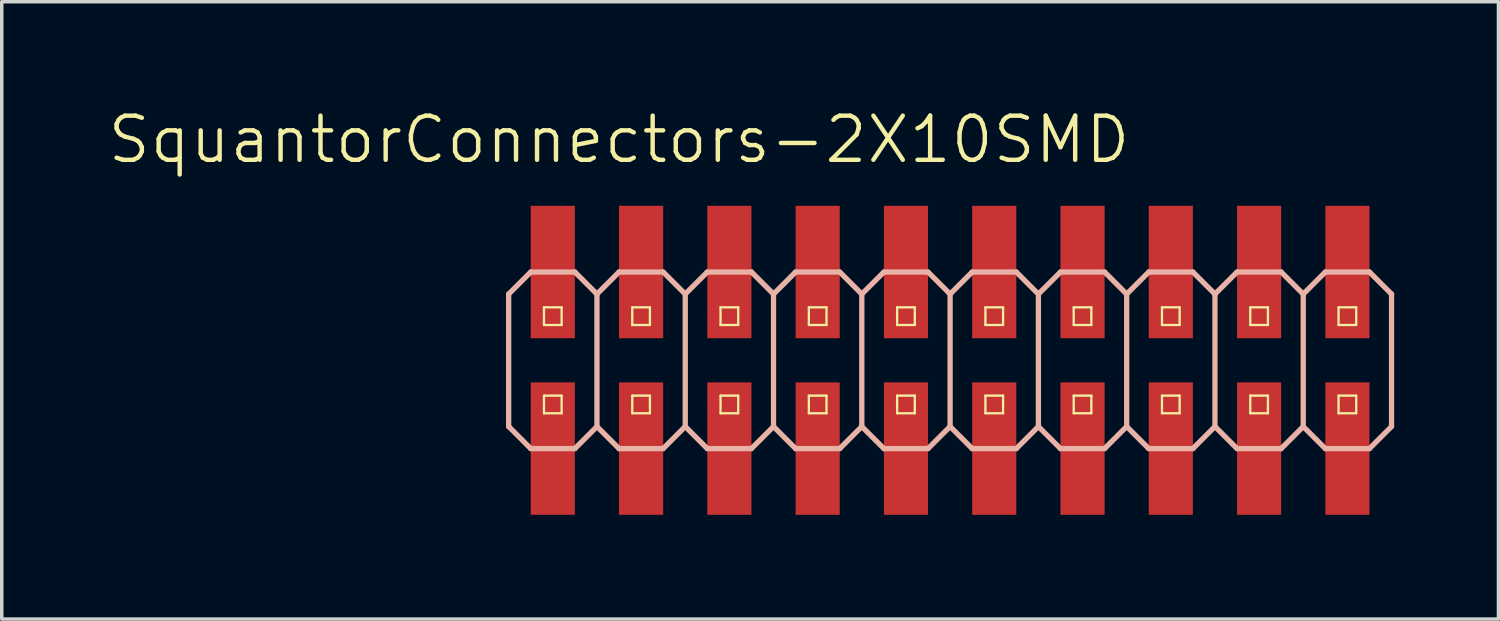
<source format=kicad_pcb>
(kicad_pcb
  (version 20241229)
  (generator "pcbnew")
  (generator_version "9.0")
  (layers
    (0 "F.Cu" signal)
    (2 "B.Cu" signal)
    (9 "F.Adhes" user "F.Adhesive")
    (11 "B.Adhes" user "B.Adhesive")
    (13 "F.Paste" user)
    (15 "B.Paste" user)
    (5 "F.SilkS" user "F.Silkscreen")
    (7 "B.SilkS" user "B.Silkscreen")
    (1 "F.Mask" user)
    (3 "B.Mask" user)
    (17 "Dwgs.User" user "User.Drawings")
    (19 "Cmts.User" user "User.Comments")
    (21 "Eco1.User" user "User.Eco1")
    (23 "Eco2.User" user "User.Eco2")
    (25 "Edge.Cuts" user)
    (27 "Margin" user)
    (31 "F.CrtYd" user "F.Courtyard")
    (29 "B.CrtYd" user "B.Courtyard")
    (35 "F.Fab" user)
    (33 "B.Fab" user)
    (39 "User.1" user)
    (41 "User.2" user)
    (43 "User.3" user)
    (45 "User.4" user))
  (footprint "SquantorConnectors-2X10SMD"
    (layer "F.Cu")
    (at 24.284 7.316)
    (property "Reference" "SquantorConnectors-2X10SMD" (at -9.525 -6.35 0) (layer "F.SilkS") (effects (font (size 1.27 1.27) (thickness 0.127))))
    (attr smd)
    (fp_line (start -11.684 -1.524) (end -11.176 -1.524) (stroke (width 0.066) (type solid)) (layer "F.SilkS"))
    (fp_line (start -11.684 -1.016) (end -11.684 -1.524) (stroke (width 0.066) (type solid)) (layer "F.SilkS"))
    (fp_line (start -11.684 -1.016) (end -11.176 -1.016) (stroke (width 0.066) (type solid)) (layer "F.SilkS"))
    (fp_line (start -11.684 1.016) (end -11.176 1.016) (stroke (width 0.066) (type solid)) (layer "F.SilkS"))
    (fp_line (start -11.684 1.524) (end -11.684 1.016) (stroke (width 0.066) (type solid)) (layer "F.SilkS"))
    (fp_line (start -11.684 1.524) (end -11.176 1.524) (stroke (width 0.066) (type solid)) (layer "F.SilkS"))
    (fp_line (start -11.176 -1.016) (end -11.176 -1.524) (stroke (width 0.066) (type solid)) (layer "F.SilkS"))
    (fp_line (start -11.176 1.524) (end -11.176 1.016) (stroke (width 0.066) (type solid)) (layer "F.SilkS"))
    (fp_line (start -9.144 -1.524) (end -8.636 -1.524) (stroke (width 0.066) (type solid)) (layer "F.SilkS"))
    (fp_line (start -9.144 -1.016) (end -9.144 -1.524) (stroke (width 0.066) (type solid)) (layer "F.SilkS"))
    (fp_line (start -9.144 -1.016) (end -8.636 -1.016) (stroke (width 0.066) (type solid)) (layer "F.SilkS"))
    (fp_line (start -9.144 1.016) (end -8.636 1.016) (stroke (width 0.066) (type solid)) (layer "F.SilkS"))
    (fp_line (start -9.144 1.524) (end -9.144 1.016) (stroke (width 0.066) (type solid)) (layer "F.SilkS"))
    (fp_line (start -9.144 1.524) (end -8.636 1.524) (stroke (width 0.066) (type solid)) (layer "F.SilkS"))
    (fp_line (start -8.636 -1.016) (end -8.636 -1.524) (stroke (width 0.066) (type solid)) (layer "F.SilkS"))
    (fp_line (start -8.636 1.524) (end -8.636 1.016) (stroke (width 0.066) (type solid)) (layer "F.SilkS"))
    (fp_line (start -6.604 -1.524) (end -6.096 -1.524) (stroke (width 0.066) (type solid)) (layer "F.SilkS"))
    (fp_line (start -6.604 -1.016) (end -6.604 -1.524) (stroke (width 0.066) (type solid)) (layer "F.SilkS"))
    (fp_line (start -6.604 -1.016) (end -6.096 -1.016) (stroke (width 0.066) (type solid)) (layer "F.SilkS"))
    (fp_line (start -6.604 1.016) (end -6.096 1.016) (stroke (width 0.066) (type solid)) (layer "F.SilkS"))
    (fp_line (start -6.604 1.524) (end -6.604 1.016) (stroke (width 0.066) (type solid)) (layer "F.SilkS"))
    (fp_line (start -6.604 1.524) (end -6.096 1.524) (stroke (width 0.066) (type solid)) (layer "F.SilkS"))
    (fp_line (start -6.096 -1.016) (end -6.096 -1.524) (stroke (width 0.066) (type solid)) (layer "F.SilkS"))
    (fp_line (start -6.096 1.524) (end -6.096 1.016) (stroke (width 0.066) (type solid)) (layer "F.SilkS"))
    (fp_line (start -4.064 -1.524) (end -3.556 -1.524) (stroke (width 0.066) (type solid)) (layer "F.SilkS"))
    (fp_line (start -4.064 -1.016) (end -4.064 -1.524) (stroke (width 0.066) (type solid)) (layer "F.SilkS"))
    (fp_line (start -4.064 -1.016) (end -3.556 -1.016) (stroke (width 0.066) (type solid)) (layer "F.SilkS"))
    (fp_line (start -4.064 1.016) (end -3.556 1.016) (stroke (width 0.066) (type solid)) (layer "F.SilkS"))
    (fp_line (start -4.064 1.524) (end -4.064 1.016) (stroke (width 0.066) (type solid)) (layer "F.SilkS"))
    (fp_line (start -4.064 1.524) (end -3.556 1.524) (stroke (width 0.066) (type solid)) (layer "F.SilkS"))
    (fp_line (start -3.556 -1.016) (end -3.556 -1.524) (stroke (width 0.066) (type solid)) (layer "F.SilkS"))
    (fp_line (start -3.556 1.524) (end -3.556 1.016) (stroke (width 0.066) (type solid)) (layer "F.SilkS"))
    (fp_line (start -1.524 -1.524) (end -1.016 -1.524) (stroke (width 0.066) (type solid)) (layer "F.SilkS"))
    (fp_line (start -1.524 -1.016) (end -1.524 -1.524) (stroke (width 0.066) (type solid)) (layer "F.SilkS"))
    (fp_line (start -1.524 -1.016) (end -1.016 -1.016) (stroke (width 0.066) (type solid)) (layer "F.SilkS"))
    (fp_line (start -1.524 1.016) (end -1.016 1.016) (stroke (width 0.066) (type solid)) (layer "F.SilkS"))
    (fp_line (start -1.524 1.524) (end -1.524 1.016) (stroke (width 0.066) (type solid)) (layer "F.SilkS"))
    (fp_line (start -1.524 1.524) (end -1.016 1.524) (stroke (width 0.066) (type solid)) (layer "F.SilkS"))
    (fp_line (start -1.016 -1.016) (end -1.016 -1.524) (stroke (width 0.066) (type solid)) (layer "F.SilkS"))
    (fp_line (start -1.016 1.524) (end -1.016 1.016) (stroke (width 0.066) (type solid)) (layer "F.SilkS"))
    (fp_line (start 1.016 -1.524) (end 1.524 -1.524) (stroke (width 0.066) (type solid)) (layer "F.SilkS"))
    (fp_line (start 1.016 -1.016) (end 1.016 -1.524) (stroke (width 0.066) (type solid)) (layer "F.SilkS"))
    (fp_line (start 1.016 -1.016) (end 1.524 -1.016) (stroke (width 0.066) (type solid)) (layer "F.SilkS"))
    (fp_line (start 1.016 1.016) (end 1.524 1.016) (stroke (width 0.066) (type solid)) (layer "F.SilkS"))
    (fp_line (start 1.016 1.524) (end 1.016 1.016) (stroke (width 0.066) (type solid)) (layer "F.SilkS"))
    (fp_line (start 1.016 1.524) (end 1.524 1.524) (stroke (width 0.066) (type solid)) (layer "F.SilkS"))
    (fp_line (start 1.524 -1.016) (end 1.524 -1.524) (stroke (width 0.066) (type solid)) (layer "F.SilkS"))
    (fp_line (start 1.524 1.524) (end 1.524 1.016) (stroke (width 0.066) (type solid)) (layer "F.SilkS"))
    (fp_line (start 3.556 -1.524) (end 4.064 -1.524) (stroke (width 0.066) (type solid)) (layer "F.SilkS"))
    (fp_line (start 3.556 -1.016) (end 3.556 -1.524) (stroke (width 0.066) (type solid)) (layer "F.SilkS"))
    (fp_line (start 3.556 -1.016) (end 4.064 -1.016) (stroke (width 0.066) (type solid)) (layer "F.SilkS"))
    (fp_line (start 3.556 1.016) (end 4.064 1.016) (stroke (width 0.066) (type solid)) (layer "F.SilkS"))
    (fp_line (start 3.556 1.524) (end 3.556 1.016) (stroke (width 0.066) (type solid)) (layer "F.SilkS"))
    (fp_line (start 3.556 1.524) (end 4.064 1.524) (stroke (width 0.066) (type solid)) (layer "F.SilkS"))
    (fp_line (start 4.064 -1.016) (end 4.064 -1.524) (stroke (width 0.066) (type solid)) (layer "F.SilkS"))
    (fp_line (start 4.064 1.524) (end 4.064 1.016) (stroke (width 0.066) (type solid)) (layer "F.SilkS"))
    (fp_line (start 6.096 -1.524) (end 6.604 -1.524) (stroke (width 0.066) (type solid)) (layer "F.SilkS"))
    (fp_line (start 6.096 -1.016) (end 6.096 -1.524) (stroke (width 0.066) (type solid)) (layer "F.SilkS"))
    (fp_line (start 6.096 -1.016) (end 6.604 -1.016) (stroke (width 0.066) (type solid)) (layer "F.SilkS"))
    (fp_line (start 6.096 1.016) (end 6.604 1.016) (stroke (width 0.066) (type solid)) (layer "F.SilkS"))
    (fp_line (start 6.096 1.524) (end 6.096 1.016) (stroke (width 0.066) (type solid)) (layer "F.SilkS"))
    (fp_line (start 6.096 1.524) (end 6.604 1.524) (stroke (width 0.066) (type solid)) (layer "F.SilkS"))
    (fp_line (start 6.604 -1.016) (end 6.604 -1.524) (stroke (width 0.066) (type solid)) (layer "F.SilkS"))
    (fp_line (start 6.604 1.524) (end 6.604 1.016) (stroke (width 0.066) (type solid)) (layer "F.SilkS"))
    (fp_line (start 8.636 -1.524) (end 9.144 -1.524) (stroke (width 0.066) (type solid)) (layer "F.SilkS"))
    (fp_line (start 8.636 -1.016) (end 8.636 -1.524) (stroke (width 0.066) (type solid)) (layer "F.SilkS"))
    (fp_line (start 8.636 -1.016) (end 9.144 -1.016) (stroke (width 0.066) (type solid)) (layer "F.SilkS"))
    (fp_line (start 8.636 1.016) (end 9.144 1.016) (stroke (width 0.066) (type solid)) (layer "F.SilkS"))
    (fp_line (start 8.636 1.524) (end 8.636 1.016) (stroke (width 0.066) (type solid)) (layer "F.SilkS"))
    (fp_line (start 8.636 1.524) (end 9.144 1.524) (stroke (width 0.066) (type solid)) (layer "F.SilkS"))
    (fp_line (start 9.144 -1.016) (end 9.144 -1.524) (stroke (width 0.066) (type solid)) (layer "F.SilkS"))
    (fp_line (start 9.144 1.524) (end 9.144 1.016) (stroke (width 0.066) (type solid)) (layer "F.SilkS"))
    (fp_line (start 11.176 -1.524) (end 11.684 -1.524) (stroke (width 0.066) (type solid)) (layer "F.SilkS"))
    (fp_line (start 11.176 -1.016) (end 11.176 -1.524) (stroke (width 0.066) (type solid)) (layer "F.SilkS"))
    (fp_line (start 11.176 -1.016) (end 11.684 -1.016) (stroke (width 0.066) (type solid)) (layer "F.SilkS"))
    (fp_line (start 11.176 1.016) (end 11.684 1.016) (stroke (width 0.066) (type solid)) (layer "F.SilkS"))
    (fp_line (start 11.176 1.524) (end 11.176 1.016) (stroke (width 0.066) (type solid)) (layer "F.SilkS"))
    (fp_line (start 11.176 1.524) (end 11.684 1.524) (stroke (width 0.066) (type solid)) (layer "F.SilkS"))
    (fp_line (start 11.684 -1.016) (end 11.684 -1.524) (stroke (width 0.066) (type solid)) (layer "F.SilkS"))
    (fp_line (start 11.684 1.524) (end 11.684 1.016) (stroke (width 0.066) (type solid)) (layer "F.SilkS"))
    (fp_line (start -12.7 -1.905) (end -12.065 -2.54) (stroke (width 0.152) (type solid)) (layer "B.SilkS"))
    (fp_line (start -12.7 1.905) (end -12.7 -1.905) (stroke (width 0.152) (type solid)) (layer "B.SilkS"))
    (fp_line (start -12.7 1.905) (end -12.065 2.54) (stroke (width 0.152) (type solid)) (layer "B.SilkS"))
    (fp_line (start -12.065 -2.54) (end -10.795 -2.54) (stroke (width 0.152) (type solid)) (layer "B.SilkS"))
    (fp_line (start -12.065 2.54) (end -10.795 2.54) (stroke (width 0.152) (type solid)) (layer "B.SilkS"))
    (fp_line (start -10.795 -2.54) (end -10.16 -1.905) (stroke (width 0.152) (type solid)) (layer "B.SilkS"))
    (fp_line (start -10.795 2.54) (end -10.16 1.905) (stroke (width 0.152) (type solid)) (layer "B.SilkS"))
    (fp_line (start -10.16 -1.905) (end -10.16 1.905) (stroke (width 0.152) (type solid)) (layer "B.SilkS"))
    (fp_line (start -10.16 -1.905) (end -9.525 -2.54) (stroke (width 0.152) (type solid)) (layer "B.SilkS"))
    (fp_line (start -10.16 1.905) (end -9.525 2.54) (stroke (width 0.152) (type solid)) (layer "B.SilkS"))
    (fp_line (start -9.525 -2.54) (end -8.255 -2.54) (stroke (width 0.152) (type solid)) (layer "B.SilkS"))
    (fp_line (start -9.525 2.54) (end -8.255 2.54) (stroke (width 0.152) (type solid)) (layer "B.SilkS"))
    (fp_line (start -8.255 -2.54) (end -7.62 -1.905) (stroke (width 0.152) (type solid)) (layer "B.SilkS"))
    (fp_line (start -8.255 2.54) (end -7.62 1.905) (stroke (width 0.152) (type solid)) (layer "B.SilkS"))
    (fp_line (start -7.62 -1.905) (end -7.62 1.905) (stroke (width 0.152) (type solid)) (layer "B.SilkS"))
    (fp_line (start -7.62 -1.905) (end -6.985 -2.54) (stroke (width 0.152) (type solid)) (layer "B.SilkS"))
    (fp_line (start -7.62 1.905) (end -6.985 2.54) (stroke (width 0.152) (type solid)) (layer "B.SilkS"))
    (fp_line (start -6.985 -2.54) (end -5.715 -2.54) (stroke (width 0.152) (type solid)) (layer "B.SilkS"))
    (fp_line (start -6.985 2.54) (end -5.715 2.54) (stroke (width 0.152) (type solid)) (layer "B.SilkS"))
    (fp_line (start -5.715 -2.54) (end -5.08 -1.905) (stroke (width 0.152) (type solid)) (layer "B.SilkS"))
    (fp_line (start -5.715 2.54) (end -5.08 1.905) (stroke (width 0.152) (type solid)) (layer "B.SilkS"))
    (fp_line (start -5.08 -1.905) (end -5.08 1.905) (stroke (width 0.152) (type solid)) (layer "B.SilkS"))
    (fp_line (start -5.08 -1.905) (end -4.445 -2.54) (stroke (width 0.152) (type solid)) (layer "B.SilkS"))
    (fp_line (start -5.08 1.905) (end -4.445 2.54) (stroke (width 0.152) (type solid)) (layer "B.SilkS"))
    (fp_line (start -4.445 -2.54) (end -3.175 -2.54) (stroke (width 0.152) (type solid)) (layer "B.SilkS"))
    (fp_line (start -4.445 2.54) (end -3.175 2.54) (stroke (width 0.152) (type solid)) (layer "B.SilkS"))
    (fp_line (start -3.175 -2.54) (end -2.54 -1.905) (stroke (width 0.152) (type solid)) (layer "B.SilkS"))
    (fp_line (start -3.175 2.54) (end -2.54 1.905) (stroke (width 0.152) (type solid)) (layer "B.SilkS"))
    (fp_line (start -2.54 -1.905) (end -2.54 1.905) (stroke (width 0.152) (type solid)) (layer "B.SilkS"))
    (fp_line (start -2.54 -1.905) (end -1.905 -2.54) (stroke (width 0.152) (type solid)) (layer "B.SilkS"))
    (fp_line (start -2.54 1.905) (end -1.905 2.54) (stroke (width 0.152) (type solid)) (layer "B.SilkS"))
    (fp_line (start -1.905 -2.54) (end -0.635 -2.54) (stroke (width 0.152) (type solid)) (layer "B.SilkS"))
    (fp_line (start -1.905 2.54) (end -0.635 2.54) (stroke (width 0.152) (type solid)) (layer "B.SilkS"))
    (fp_line (start -0.635 -2.54) (end 0 -1.905) (stroke (width 0.152) (type solid)) (layer "B.SilkS"))
    (fp_line (start -0.635 2.54) (end 0 1.905) (stroke (width 0.152) (type solid)) (layer "B.SilkS"))
    (fp_line (start 0 -1.905) (end 0 1.905) (stroke (width 0.152) (type solid)) (layer "B.SilkS"))
    (fp_line (start 0 -1.905) (end 0.635 -2.54) (stroke (width 0.152) (type solid)) (layer "B.SilkS"))
    (fp_line (start 0 1.905) (end 0.635 2.54) (stroke (width 0.152) (type solid)) (layer "B.SilkS"))
    (fp_line (start 0.635 -2.54) (end 1.905 -2.54) (stroke (width 0.152) (type solid)) (layer "B.SilkS"))
    (fp_line (start 0.635 2.54) (end 1.905 2.54) (stroke (width 0.152) (type solid)) (layer "B.SilkS"))
    (fp_line (start 1.905 -2.54) (end 2.54 -1.905) (stroke (width 0.152) (type solid)) (layer "B.SilkS"))
    (fp_line (start 1.905 2.54) (end 2.54 1.905) (stroke (width 0.152) (type solid)) (layer "B.SilkS"))
    (fp_line (start 2.54 -1.905) (end 2.54 1.905) (stroke (width 0.152) (type solid)) (layer "B.SilkS"))
    (fp_line (start 2.54 -1.905) (end 3.175 -2.54) (stroke (width 0.152) (type solid)) (layer "B.SilkS"))
    (fp_line (start 2.54 1.905) (end 3.175 2.54) (stroke (width 0.152) (type solid)) (layer "B.SilkS"))
    (fp_line (start 3.175 -2.54) (end 4.445 -2.54) (stroke (width 0.152) (type solid)) (layer "B.SilkS"))
    (fp_line (start 4.445 -2.54) (end 5.08 -1.905) (stroke (width 0.152) (type solid)) (layer "B.SilkS"))
    (fp_line (start 4.445 2.54) (end 3.175 2.54) (stroke (width 0.152) (type solid)) (layer "B.SilkS"))
    (fp_line (start 5.08 -1.905) (end 5.08 1.905) (stroke (width 0.152) (type solid)) (layer "B.SilkS"))
    (fp_line (start 5.08 -1.905) (end 5.715 -2.54) (stroke (width 0.152) (type solid)) (layer "B.SilkS"))
    (fp_line (start 5.08 1.905) (end 4.445 2.54) (stroke (width 0.152) (type solid)) (layer "B.SilkS"))
    (fp_line (start 5.08 1.905) (end 5.715 2.54) (stroke (width 0.152) (type solid)) (layer "B.SilkS"))
    (fp_line (start 5.715 -2.54) (end 6.985 -2.54) (stroke (width 0.152) (type solid)) (layer "B.SilkS"))
    (fp_line (start 6.985 -2.54) (end 7.62 -1.905) (stroke (width 0.152) (type solid)) (layer "B.SilkS"))
    (fp_line (start 6.985 2.54) (end 5.715 2.54) (stroke (width 0.152) (type solid)) (layer "B.SilkS"))
    (fp_line (start 7.62 -1.905) (end 7.62 1.905) (stroke (width 0.152) (type solid)) (layer "B.SilkS"))
    (fp_line (start 7.62 -1.905) (end 8.255 -2.54) (stroke (width 0.152) (type solid)) (layer "B.SilkS"))
    (fp_line (start 7.62 1.905) (end 6.985 2.54) (stroke (width 0.152) (type solid)) (layer "B.SilkS"))
    (fp_line (start 7.62 1.905) (end 8.255 2.54) (stroke (width 0.152) (type solid)) (layer "B.SilkS"))
    (fp_line (start 8.255 -2.54) (end 9.525 -2.54) (stroke (width 0.152) (type solid)) (layer "B.SilkS"))
    (fp_line (start 9.525 -2.54) (end 10.16 -1.905) (stroke (width 0.152) (type solid)) (layer "B.SilkS"))
    (fp_line (start 9.525 2.54) (end 8.255 2.54) (stroke (width 0.152) (type solid)) (layer "B.SilkS"))
    (fp_line (start 10.16 -1.905) (end 10.16 1.905) (stroke (width 0.152) (type solid)) (layer "B.SilkS"))
    (fp_line (start 10.16 -1.905) (end 10.795 -2.54) (stroke (width 0.152) (type solid)) (layer "B.SilkS"))
    (fp_line (start 10.16 1.905) (end 9.525 2.54) (stroke (width 0.152) (type solid)) (layer "B.SilkS"))
    (fp_line (start 10.16 1.905) (end 10.795 2.54) (stroke (width 0.152) (type solid)) (layer "B.SilkS"))
    (fp_line (start 10.795 -2.54) (end 12.065 -2.54) (stroke (width 0.152) (type solid)) (layer "B.SilkS"))
    (fp_line (start 12.065 -2.54) (end 12.7 -1.905) (stroke (width 0.152) (type solid)) (layer "B.SilkS"))
    (fp_line (start 12.065 2.54) (end 10.795 2.54) (stroke (width 0.152) (type solid)) (layer "B.SilkS"))
    (fp_line (start 12.7 -1.905) (end 12.7 1.905) (stroke (width 0.152) (type solid)) (layer "B.SilkS"))
    (fp_line (start 12.7 1.905) (end 12.065 2.54) (stroke (width 0.152) (type solid)) (layer "B.SilkS"))
    (pad "1" smd rect (at -11.43 2.54 90) (size 3.81 1.27) (layers "F.Cu" "F.Mask" "F.Paste"))
    (pad "2" smd rect (at -11.43 -2.54 90) (size 3.81 1.27) (layers "F.Cu" "F.Mask" "F.Paste"))
    (pad "3" smd rect (at -8.89 2.54 90) (size 3.81 1.27) (layers "F.Cu" "F.Mask" "F.Paste"))
    (pad "4" smd rect (at -8.89 -2.54 90) (size 3.81 1.27) (layers "F.Cu" "F.Mask" "F.Paste"))
    (pad "5" smd rect (at -6.35 2.54 90) (size 3.81 1.27) (layers "F.Cu" "F.Mask" "F.Paste"))
    (pad "6" smd rect (at -6.35 -2.54 90) (size 3.81 1.27) (layers "F.Cu" "F.Mask" "F.Paste"))
    (pad "7" smd rect (at -3.81 2.54 90) (size 3.81 1.27) (layers "F.Cu" "F.Mask" "F.Paste"))
    (pad "8" smd rect (at -3.81 -2.54 90) (size 3.81 1.27) (layers "F.Cu" "F.Mask" "F.Paste"))
    (pad "9" smd rect (at -1.27 2.54 90) (size 3.81 1.27) (layers "F.Cu" "F.Mask" "F.Paste"))
    (pad "10" smd rect (at -1.27 -2.54 90) (size 3.81 1.27) (layers "F.Cu" "F.Mask" "F.Paste"))
    (pad "11" smd rect (at 1.27 2.54 90) (size 3.81 1.27) (layers "F.Cu" "F.Mask" "F.Paste"))
    (pad "12" smd rect (at 1.27 -2.54 90) (size 3.81 1.27) (layers "F.Cu" "F.Mask" "F.Paste"))
    (pad "13" smd rect (at 3.81 2.54 90) (size 3.81 1.27) (layers "F.Cu" "F.Mask" "F.Paste"))
    (pad "14" smd rect (at 3.81 -2.54 90) (size 3.81 1.27) (layers "F.Cu" "F.Mask" "F.Paste"))
    (pad "15" smd rect (at 6.35 2.54 90) (size 3.81 1.27) (layers "F.Cu" "F.Mask" "F.Paste"))
    (pad "16" smd rect (at 6.35 -2.54 90) (size 3.81 1.27) (layers "F.Cu" "F.Mask" "F.Paste"))
    (pad "17" smd rect (at 8.89 2.54 90) (size 3.81 1.27) (layers "F.Cu" "F.Mask" "F.Paste"))
    (pad "18" smd rect (at 8.89 -2.54 90) (size 3.81 1.27) (layers "F.Cu" "F.Mask" "F.Paste"))
    (pad "19" smd rect (at 11.43 2.54 90) (size 3.81 1.27) (layers "F.Cu" "F.Mask" "F.Paste"))
    (pad "20" smd rect (at 11.43 -2.54 90) (size 3.81 1.27) (layers "F.Cu" "F.Mask" "F.Paste")))
  (gr_rect
    (start -3 -3)
    (end 40.06 14.761)
    (stroke (width 0.1) (type default))
    (fill no)
    (layer "Edge.Cuts")))
</source>
